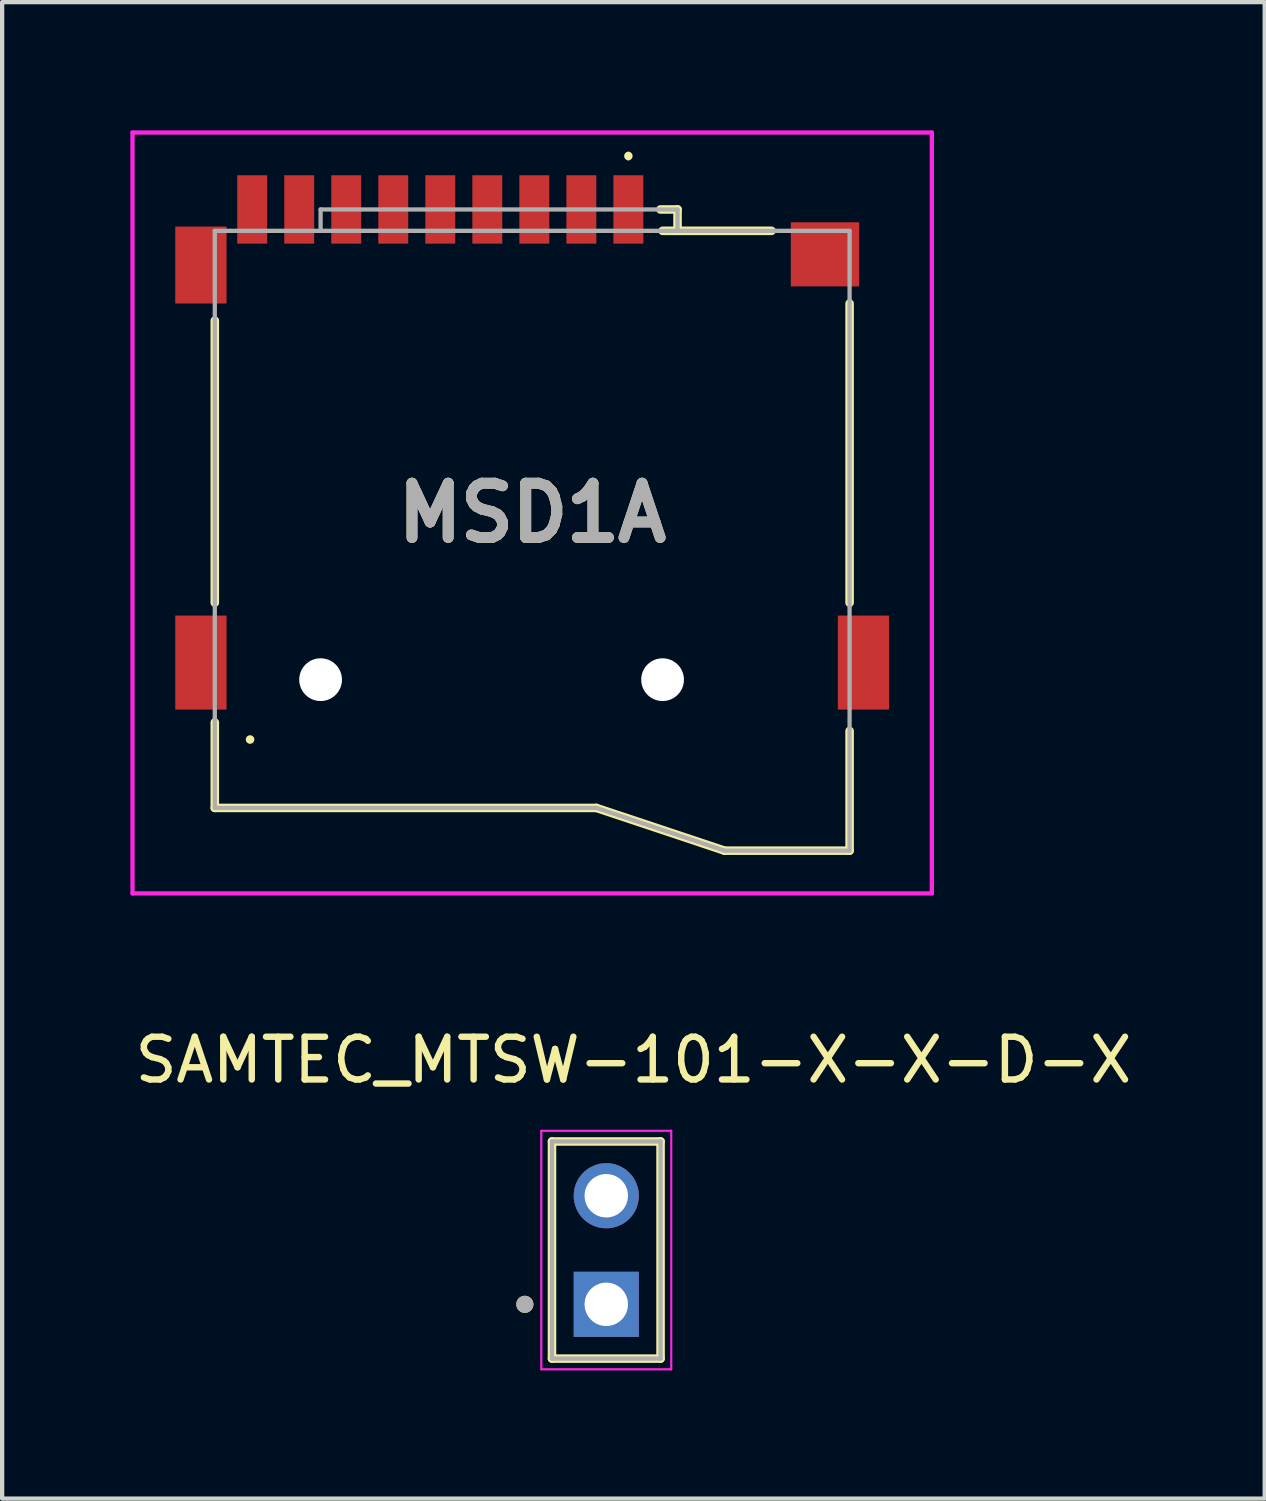
<source format=kicad_pcb>
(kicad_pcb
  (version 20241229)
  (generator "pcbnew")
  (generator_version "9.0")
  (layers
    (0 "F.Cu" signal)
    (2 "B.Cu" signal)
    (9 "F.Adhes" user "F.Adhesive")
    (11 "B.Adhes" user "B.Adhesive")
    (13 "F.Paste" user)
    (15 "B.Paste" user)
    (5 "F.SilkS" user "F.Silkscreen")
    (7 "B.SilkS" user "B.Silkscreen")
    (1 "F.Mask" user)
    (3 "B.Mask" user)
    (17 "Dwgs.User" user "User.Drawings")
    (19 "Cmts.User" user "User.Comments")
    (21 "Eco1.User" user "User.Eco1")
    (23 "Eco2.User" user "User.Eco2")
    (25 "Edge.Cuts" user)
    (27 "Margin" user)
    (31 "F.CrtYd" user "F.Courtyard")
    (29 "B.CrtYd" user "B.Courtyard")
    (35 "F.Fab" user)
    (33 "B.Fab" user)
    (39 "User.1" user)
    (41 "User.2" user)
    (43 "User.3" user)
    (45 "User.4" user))
  (footprint "SAMTEC_MTSW-101-X-X-D-X"
    (layer "F.Cu")
    (at 11.133 26.193)
    (property "Reference" "SAMTEC_MTSW-101-X-X-D-X" (at 0.635 -4.445 0) (layer "F.SilkS") (effects (font (size 1 1) (thickness 0.15))))
    (attr through_hole)
    (fp_line (start -1.27 2.54) (end -1.27 -2.54) (stroke (width 0.2) (type solid)) (layer "F.SilkS"))
    (fp_line (start 1.27 -2.54) (end -1.27 -2.54) (stroke (width 0.2) (type solid)) (layer "F.SilkS"))
    (fp_line (start 1.27 -2.54) (end 1.27 2.54) (stroke (width 0.2) (type solid)) (layer "F.SilkS"))
    (fp_line (start 1.27 2.54) (end -1.27 2.54) (stroke (width 0.2) (type solid)) (layer "F.SilkS"))
    (fp_circle (center -1.905 1.27) (end -1.805 1.27) (stroke (width 0.2) (type solid)) (fill no) (layer "F.SilkS"))
    (fp_line (start -1.52 -2.79) (end 1.52 -2.79) (stroke (width 0.05) (type solid)) (layer "F.CrtYd"))
    (fp_line (start -1.52 2.79) (end -1.52 -2.79) (stroke (width 0.05) (type solid)) (layer "F.CrtYd"))
    (fp_line (start 1.52 -2.79) (end 1.52 2.79) (stroke (width 0.05) (type solid)) (layer "F.CrtYd"))
    (fp_line (start 1.52 2.79) (end -1.52 2.79) (stroke (width 0.05) (type solid)) (layer "F.CrtYd"))
    (fp_line (start -1.27 -2.54) (end 1.27 -2.54) (stroke (width 0.1) (type solid)) (layer "F.Fab"))
    (fp_line (start -1.27 2.54) (end -1.27 -2.54) (stroke (width 0.1) (type solid)) (layer "F.Fab"))
    (fp_line (start 1.27 -2.54) (end 1.27 2.54) (stroke (width 0.1) (type solid)) (layer "F.Fab"))
    (fp_line (start 1.27 2.54) (end -1.27 2.54) (stroke (width 0.1) (type solid)) (layer "F.Fab"))
    (fp_circle (center -1.905 1.27) (end -1.805 1.27) (stroke (width 0.2) (type solid)) (fill no) (layer "F.Fab"))
    (pad "01" thru_hole rect (at 0 1.27) (size 1.524 1.524) (drill 1.016) (layers "*.Cu" "*.Mask"))
    (pad "02" thru_hole circle (at 0 -1.27) (size 1.524 1.524) (drill 1.016) (layers "*.Cu" "*.Mask")))
  (footprint "MSD1A"
    (layer "F.Cu")
    (at 9.4 8.95)
    (property "Reference" "MSD1A" (at 0 0 0) (layer "F.SilkS") (effects (font (size 1.27 1.27) (thickness 0.254))))
    (attr through_hole)
    (fp_line (start -7.425 -4.5) (end -7.425 2.1) (stroke (width 0.2) (type solid)) (layer "F.SilkS"))
    (fp_line (start -7.425 4.9) (end -7.425 6.9) (stroke (width 0.2) (type solid)) (layer "F.SilkS"))
    (fp_line (start -7.425 6.9) (end 1.5 6.9) (stroke (width 0.2) (type solid)) (layer "F.SilkS"))
    (fp_line (start -6.6 5.3) (end -6.6 5.3) (stroke (width 0.2) (type solid)) (layer "F.SilkS"))
    (fp_line (start 1.5 6.9) (end 4.5 7.9) (stroke (width 0.2) (type solid)) (layer "F.SilkS"))
    (fp_line (start 2.25 -8.4) (end 2.25 -8.4) (stroke (width 0.1) (type solid)) (layer "F.SilkS"))
    (fp_line (start 2.25 -8.3) (end 2.25 -8.3) (stroke (width 0.1) (type solid)) (layer "F.SilkS"))
    (fp_line (start 3.05 -6.6) (end 5.6 -6.6) (stroke (width 0.2) (type solid)) (layer "F.SilkS"))
    (fp_line (start 3.4 -7.1) (end 3 -7.1) (stroke (width 0.2) (type solid)) (layer "F.SilkS"))
    (fp_line (start 3.4 -6.6) (end 3.4 -7.1) (stroke (width 0.2) (type solid)) (layer "F.SilkS"))
    (fp_line (start 4.5 7.9) (end 7.425 7.9) (stroke (width 0.2) (type solid)) (layer "F.SilkS"))
    (fp_line (start 7.425 2.1) (end 7.425 -4.9) (stroke (width 0.2) (type solid)) (layer "F.SilkS"))
    (fp_line (start 7.425 7.9) (end 7.425 5.1) (stroke (width 0.2) (type solid)) (layer "F.SilkS"))
    (fp_arc (start 2.25 -8.4) (mid 2.3 -8.35) (end 2.25 -8.3) (stroke (width 0.1) (type solid)) (layer "F.SilkS"))
    (fp_arc (start 2.25 -8.3) (mid 2.2 -8.35) (end 2.25 -8.4) (stroke (width 0.1) (type solid)) (layer "F.SilkS"))
    (fp_line (start -9.35 -8.9) (end 9.35 -8.9) (stroke (width 0.1) (type solid)) (layer "F.CrtYd"))
    (fp_line (start -9.35 8.9) (end -9.35 -8.9) (stroke (width 0.1) (type solid)) (layer "F.CrtYd"))
    (fp_line (start 9.35 -8.9) (end 9.35 8.9) (stroke (width 0.1) (type solid)) (layer "F.CrtYd"))
    (fp_line (start 9.35 8.9) (end -9.35 8.9) (stroke (width 0.1) (type solid)) (layer "F.CrtYd"))
    (fp_line (start -7.425 -6.6) (end -7.425 6.9) (stroke (width 0.1) (type solid)) (layer "F.Fab"))
    (fp_line (start -7.425 6.9) (end -3.25 6.9) (stroke (width 0.1) (type solid)) (layer "F.Fab"))
    (fp_line (start -4.95 -7.1) (end -4.95 -6.6) (stroke (width 0.1) (type solid)) (layer "F.Fab"))
    (fp_line (start -3.25 6.9) (end 1.5 6.9) (stroke (width 0.1) (type solid)) (layer "F.Fab"))
    (fp_line (start 1.5 6.9) (end 4.5 7.9) (stroke (width 0.1) (type solid)) (layer "F.Fab"))
    (fp_line (start 3.4 -7.1) (end -4.95 -7.1) (stroke (width 0.1) (type solid)) (layer "F.Fab"))
    (fp_line (start 3.4 -6.6) (end 3.4 -7.1) (stroke (width 0.1) (type solid)) (layer "F.Fab"))
    (fp_line (start 4.5 7.9) (end 7.425 7.9) (stroke (width 0.1) (type solid)) (layer "F.Fab"))
    (fp_line (start 7.425 -6.6) (end -7.425 -6.6) (stroke (width 0.1) (type solid)) (layer "F.Fab"))
    (fp_line (start 7.425 7.9) (end 7.425 -6.6) (stroke (width 0.1) (type solid)) (layer "F.Fab"))
    (fp_text user "${REFERENCE}" (at 0 0 0) (layer "F.Fab") (effects (font (size 1.27 1.27) (thickness 0.254))))
    (pad "" np_thru_hole circle (at -4.95 3.9) (size 1 1) (drill 1) (layers "*.Cu" "*.Mask"))
    (pad "" np_thru_hole circle (at 3.05 3.9) (size 1 1) (drill 1) (layers "*.Cu" "*.Mask"))
    (pad "1" smd rect (at 2.25 -7.1) (size 0.7 1.6) (layers "F.Cu" "F.Mask" "F.Paste"))
    (pad "2" smd rect (at 1.15 -7.1) (size 0.7 1.6) (layers "F.Cu" "F.Mask" "F.Paste"))
    (pad "3" smd rect (at 0.05 -7.1) (size 0.7 1.6) (layers "F.Cu" "F.Mask" "F.Paste"))
    (pad "4" smd rect (at -1.05 -7.1) (size 0.7 1.6) (layers "F.Cu" "F.Mask" "F.Paste"))
    (pad "5" smd rect (at -2.15 -7.1) (size 0.7 1.6) (layers "F.Cu" "F.Mask" "F.Paste"))
    (pad "6" smd rect (at -3.25 -7.1) (size 0.7 1.6) (layers "F.Cu" "F.Mask" "F.Paste"))
    (pad "7" smd rect (at -4.35 -7.1) (size 0.7 1.6) (layers "F.Cu" "F.Mask" "F.Paste"))
    (pad "8" smd rect (at -5.45 -7.1) (size 0.7 1.6) (layers "F.Cu" "F.Mask" "F.Paste"))
    (pad "9" smd rect (at 6.85 -6.05 90) (size 1.5 1.6) (layers "F.Cu" "F.Mask" "F.Paste"))
    (pad "10" smd rect (at -7.75 -5.8) (size 1.2 1.8) (layers "F.Cu" "F.Mask" "F.Paste"))
    (pad "11" smd rect (at 7.75 3.5) (size 1.2 2.2) (layers "F.Cu" "F.Mask" "F.Paste"))
    (pad "12" smd rect (at -7.75 3.5) (size 1.2 2.2) (layers "F.Cu" "F.Mask" "F.Paste"))
    (pad "CD1" smd rect (at -6.55 -7.1) (size 0.7 1.6) (layers "F.Cu" "F.Mask" "F.Paste")))
  (gr_rect
    (start -3 -3)
    (end 26.536 32.008)
    (stroke (width 0.1) (type default))
    (fill no)
    (layer "Edge.Cuts")))
</source>
